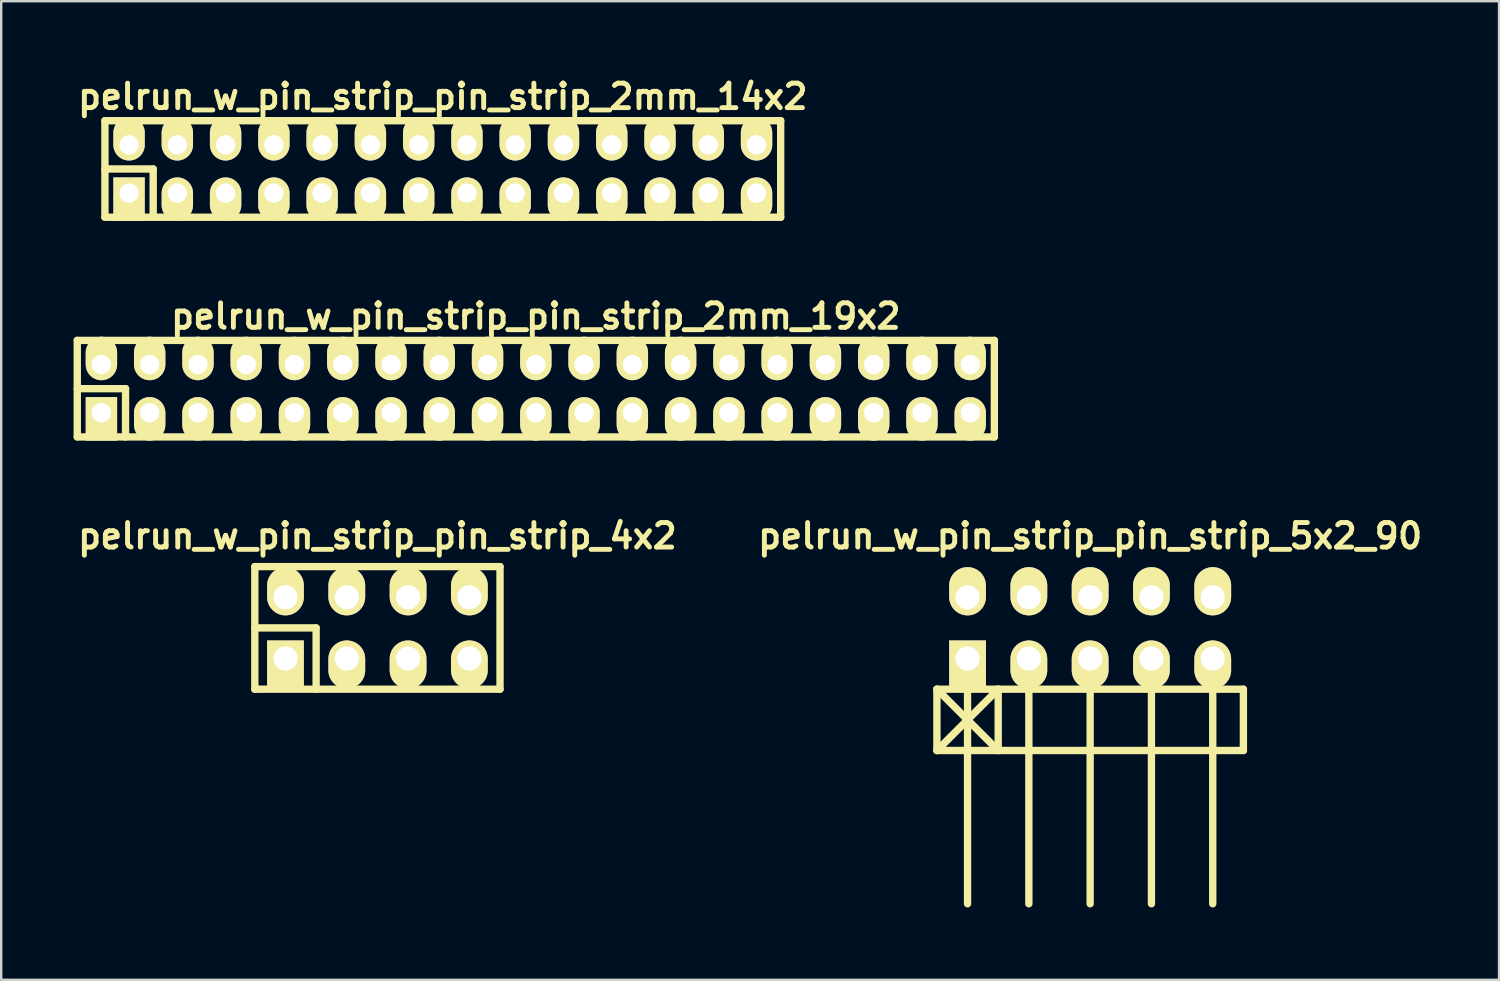
<source format=kicad_pcb>
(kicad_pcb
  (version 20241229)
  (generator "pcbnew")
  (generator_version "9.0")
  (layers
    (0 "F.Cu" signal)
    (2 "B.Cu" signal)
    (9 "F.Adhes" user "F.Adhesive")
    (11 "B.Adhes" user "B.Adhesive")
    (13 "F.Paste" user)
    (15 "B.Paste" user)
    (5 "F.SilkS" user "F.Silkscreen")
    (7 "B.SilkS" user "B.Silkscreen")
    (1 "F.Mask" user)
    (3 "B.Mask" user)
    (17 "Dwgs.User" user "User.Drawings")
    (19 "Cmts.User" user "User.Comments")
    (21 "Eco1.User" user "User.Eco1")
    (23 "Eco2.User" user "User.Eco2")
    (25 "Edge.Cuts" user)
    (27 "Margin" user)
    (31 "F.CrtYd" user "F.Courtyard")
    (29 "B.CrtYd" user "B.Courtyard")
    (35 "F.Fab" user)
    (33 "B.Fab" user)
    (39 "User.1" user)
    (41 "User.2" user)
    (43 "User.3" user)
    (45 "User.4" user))
  (footprint "pelrun_w_pin_strip_pin_strip_2mm_19x2"
    (layer "F.Cu")
    (at 19.152 13.054)
    (property "Reference" "pelrun_w_pin_strip_pin_strip_2mm_19x2" (at 0 -3 0) (layer "F.SilkS") (effects (font (size 1.016 1.016) (thickness 0.203))))
    (attr through_hole)
    (fp_line (start -19 -2) (end 19 -2) (stroke (width 0.305) (type solid)) (layer "F.SilkS"))
    (fp_line (start -19 0) (end -17 0) (stroke (width 0.305) (type solid)) (layer "F.SilkS"))
    (fp_line (start -19 2) (end -19 -2) (stroke (width 0.305) (type solid)) (layer "F.SilkS"))
    (fp_line (start -17 0) (end -17 2) (stroke (width 0.305) (type solid)) (layer "F.SilkS"))
    (fp_line (start 19 -2) (end 19 2) (stroke (width 0.305) (type solid)) (layer "F.SilkS"))
    (fp_line (start 19 2) (end -19 2) (stroke (width 0.305) (type solid)) (layer "F.SilkS"))
    (pad "1" thru_hole rect (at -18 1) (size 1.3 1.8) (drill 0.8 (offset 0 0.25)) (layers "*.Cu" "*.Mask" "F.SilkS"))
    (pad "2" thru_hole oval (at -18 -1) (size 1.3 1.8) (drill 0.8 (offset 0 -0.25)) (layers "*.Cu" "*.Mask" "F.SilkS"))
    (pad "3" thru_hole oval (at -16 1) (size 1.3 1.8) (drill 0.8 (offset 0 0.25)) (layers "*.Cu" "*.Mask" "F.SilkS"))
    (pad "4" thru_hole oval (at -16 -1) (size 1.3 1.8) (drill 0.8 (offset 0 -0.25)) (layers "*.Cu" "*.Mask" "F.SilkS"))
    (pad "5" thru_hole oval (at -14 1) (size 1.3 1.8) (drill 0.8 (offset 0 0.25)) (layers "*.Cu" "*.Mask" "F.SilkS"))
    (pad "6" thru_hole oval (at -14 -1) (size 1.3 1.8) (drill 0.8 (offset 0 -0.25)) (layers "*.Cu" "*.Mask" "F.SilkS"))
    (pad "7" thru_hole oval (at -12 1) (size 1.3 1.8) (drill 0.8 (offset 0 0.25)) (layers "*.Cu" "*.Mask" "F.SilkS"))
    (pad "8" thru_hole oval (at -12 -1) (size 1.3 1.8) (drill 0.8 (offset 0 -0.25)) (layers "*.Cu" "*.Mask" "F.SilkS"))
    (pad "9" thru_hole oval (at -10 1) (size 1.3 1.8) (drill 0.8 (offset 0 0.25)) (layers "*.Cu" "*.Mask" "F.SilkS"))
    (pad "10" thru_hole oval (at -10 -1) (size 1.3 1.8) (drill 0.8 (offset 0 -0.25)) (layers "*.Cu" "*.Mask" "F.SilkS"))
    (pad "11" thru_hole oval (at -8 1) (size 1.3 1.8) (drill 0.8 (offset 0 0.25)) (layers "*.Cu" "*.Mask" "F.SilkS"))
    (pad "12" thru_hole oval (at -8 -1) (size 1.3 1.8) (drill 0.8 (offset 0 -0.25)) (layers "*.Cu" "*.Mask" "F.SilkS"))
    (pad "13" thru_hole oval (at -6 1) (size 1.3 1.8) (drill 0.8 (offset 0 0.25)) (layers "*.Cu" "*.Mask" "F.SilkS"))
    (pad "14" thru_hole oval (at -6 -1) (size 1.3 1.8) (drill 0.8 (offset 0 -0.25)) (layers "*.Cu" "*.Mask" "F.SilkS"))
    (pad "15" thru_hole oval (at -4 1) (size 1.3 1.8) (drill 0.8 (offset 0 0.25)) (layers "*.Cu" "*.Mask" "F.SilkS"))
    (pad "16" thru_hole oval (at -4 -1) (size 1.3 1.8) (drill 0.8 (offset 0 -0.25)) (layers "*.Cu" "*.Mask" "F.SilkS"))
    (pad "17" thru_hole oval (at -2 1) (size 1.3 1.8) (drill 0.8 (offset 0 0.25)) (layers "*.Cu" "*.Mask" "F.SilkS"))
    (pad "18" thru_hole oval (at -2 -1) (size 1.3 1.8) (drill 0.8 (offset 0 -0.25)) (layers "*.Cu" "*.Mask" "F.SilkS"))
    (pad "19" thru_hole oval (at 0 1) (size 1.3 1.8) (drill 0.8 (offset 0 0.25)) (layers "*.Cu" "*.Mask" "F.SilkS"))
    (pad "20" thru_hole oval (at 0 -1) (size 1.3 1.8) (drill 0.8 (offset 0 -0.25)) (layers "*.Cu" "*.Mask" "F.SilkS"))
    (pad "21" thru_hole oval (at 2 1) (size 1.3 1.8) (drill 0.8 (offset 0 0.25)) (layers "*.Cu" "*.Mask" "F.SilkS"))
    (pad "22" thru_hole oval (at 2 -1) (size 1.3 1.8) (drill 0.8 (offset 0 -0.25)) (layers "*.Cu" "*.Mask" "F.SilkS"))
    (pad "23" thru_hole oval (at 4 1) (size 1.3 1.8) (drill 0.8 (offset 0 0.25)) (layers "*.Cu" "*.Mask" "F.SilkS"))
    (pad "24" thru_hole oval (at 4 -1) (size 1.3 1.8) (drill 0.8 (offset 0 -0.25)) (layers "*.Cu" "*.Mask" "F.SilkS"))
    (pad "25" thru_hole oval (at 6 1) (size 1.3 1.8) (drill 0.8 (offset 0 0.25)) (layers "*.Cu" "*.Mask" "F.SilkS"))
    (pad "26" thru_hole oval (at 6 -1) (size 1.3 1.8) (drill 0.8 (offset 0 -0.25)) (layers "*.Cu" "*.Mask" "F.SilkS"))
    (pad "27" thru_hole oval (at 8 1) (size 1.3 1.8) (drill 0.8 (offset 0 0.25)) (layers "*.Cu" "*.Mask" "F.SilkS"))
    (pad "28" thru_hole oval (at 8 -1) (size 1.3 1.8) (drill 0.8 (offset 0 -0.25)) (layers "*.Cu" "*.Mask" "F.SilkS"))
    (pad "29" thru_hole oval (at 10 1) (size 1.3 1.8) (drill 0.8 (offset 0 0.25)) (layers "*.Cu" "*.Mask" "F.SilkS"))
    (pad "30" thru_hole oval (at 10 -1) (size 1.3 1.8) (drill 0.8 (offset 0 -0.25)) (layers "*.Cu" "*.Mask" "F.SilkS"))
    (pad "31" thru_hole oval (at 12 1) (size 1.3 1.8) (drill 0.8 (offset 0 0.25)) (layers "*.Cu" "*.Mask" "F.SilkS"))
    (pad "32" thru_hole oval (at 12 -1) (size 1.3 1.8) (drill 0.8 (offset 0 -0.25)) (layers "*.Cu" "*.Mask" "F.SilkS"))
    (pad "33" thru_hole oval (at 14 1) (size 1.3 1.8) (drill 0.8 (offset 0 0.25)) (layers "*.Cu" "*.Mask" "F.SilkS"))
    (pad "34" thru_hole oval (at 14 -1) (size 1.3 1.8) (drill 0.8 (offset 0 -0.25)) (layers "*.Cu" "*.Mask" "F.SilkS"))
    (pad "35" thru_hole oval (at 16 1) (size 1.3 1.8) (drill 0.8 (offset 0 0.25)) (layers "*.Cu" "*.Mask" "F.SilkS"))
    (pad "36" thru_hole oval (at 16 -1) (size 1.3 1.8) (drill 0.8 (offset 0 -0.25)) (layers "*.Cu" "*.Mask" "F.SilkS"))
    (pad "37" thru_hole oval (at 18 1) (size 1.3 1.8) (drill 0.8 (offset 0 0.25)) (layers "*.Cu" "*.Mask" "F.SilkS"))
    (pad "38" thru_hole oval (at 18 -1) (size 1.3 1.8) (drill 0.8 (offset 0 -0.25)) (layers "*.Cu" "*.Mask" "F.SilkS")))
  (footprint "pelrun_w_pin_strip_pin_strip_5x2_90"
    (layer "F.Cu")
    (at 42.121 22.968)
    (property "Reference" "pelrun_w_pin_strip_pin_strip_5x2_90" (at 0 -3.81 0) (layer "F.SilkS") (effects (font (size 1.016 1.016) (thickness 0.203))))
    (attr through_hole)
    (fp_line (start -6.35 2.54) (end -3.81 5.08) (stroke (width 0.305) (type solid)) (layer "F.SilkS"))
    (fp_line (start -6.35 2.54) (end 6.35 2.54) (stroke (width 0.305) (type solid)) (layer "F.SilkS"))
    (fp_line (start -6.35 5.08) (end -6.35 2.54) (stroke (width 0.305) (type solid)) (layer "F.SilkS"))
    (fp_line (start -5.08 1.27) (end -5.08 11.43) (stroke (width 0.305) (type solid)) (layer "F.SilkS"))
    (fp_line (start -3.81 2.54) (end -6.35 5.08) (stroke (width 0.305) (type solid)) (layer "F.SilkS"))
    (fp_line (start -3.81 5.08) (end -3.81 2.54) (stroke (width 0.305) (type solid)) (layer "F.SilkS"))
    (fp_line (start -2.54 1.27) (end -2.54 11.43) (stroke (width 0.305) (type solid)) (layer "F.SilkS"))
    (fp_line (start 0 11.43) (end 0 1.27) (stroke (width 0.305) (type solid)) (layer "F.SilkS"))
    (fp_line (start 2.54 1.27) (end 2.54 11.43) (stroke (width 0.305) (type solid)) (layer "F.SilkS"))
    (fp_line (start 5.08 1.27) (end 5.08 11.43) (stroke (width 0.305) (type solid)) (layer "F.SilkS"))
    (fp_line (start 6.35 2.54) (end 6.35 5.08) (stroke (width 0.305) (type solid)) (layer "F.SilkS"))
    (fp_line (start 6.35 5.08) (end -6.35 5.08) (stroke (width 0.305) (type solid)) (layer "F.SilkS"))
    (pad "1" thru_hole rect (at -5.08 1.27) (size 1.524 1.999) (drill 1.001 (offset 0 0.249)) (layers "*.Cu" "*.Mask" "F.SilkS"))
    (pad "2" thru_hole oval (at -5.08 -1.27) (size 1.524 1.999) (drill 1.001 (offset 0 -0.249)) (layers "*.Cu" "*.Mask" "F.SilkS"))
    (pad "3" thru_hole oval (at -2.54 1.27) (size 1.524 1.999) (drill 1.001 (offset 0 0.249)) (layers "*.Cu" "*.Mask" "F.SilkS"))
    (pad "4" thru_hole oval (at -2.54 -1.27) (size 1.524 1.999) (drill 1.001 (offset 0 -0.249)) (layers "*.Cu" "*.Mask" "F.SilkS"))
    (pad "5" thru_hole oval (at 0 1.27) (size 1.524 1.999) (drill 1.001 (offset 0 0.249)) (layers "*.Cu" "*.Mask" "F.SilkS"))
    (pad "6" thru_hole oval (at 0 -1.27) (size 1.524 1.999) (drill 1.001 (offset 0 -0.249)) (layers "*.Cu" "*.Mask" "F.SilkS"))
    (pad "7" thru_hole oval (at 2.54 1.27) (size 1.524 1.999) (drill 1.001 (offset 0 0.249)) (layers "*.Cu" "*.Mask" "F.SilkS"))
    (pad "8" thru_hole oval (at 2.54 -1.27) (size 1.524 1.999) (drill 1.001 (offset 0 -0.249)) (layers "*.Cu" "*.Mask" "F.SilkS"))
    (pad "9" thru_hole oval (at 5.08 1.27) (size 1.524 1.999) (drill 1.001 (offset 0 0.249)) (layers "*.Cu" "*.Mask" "F.SilkS"))
    (pad "10" thru_hole oval (at 5.08 -1.27) (size 1.524 1.999) (drill 1.001 (offset 0 -0.249)) (layers "*.Cu" "*.Mask" "F.SilkS")))
  (footprint "pelrun_w_pin_strip_pin_strip_2mm_14x2"
    (layer "F.Cu")
    (at 15.298 3.951)
    (property "Reference" "pelrun_w_pin_strip_pin_strip_2mm_14x2" (at 0 -3 0) (layer "F.SilkS") (effects (font (size 1.016 1.016) (thickness 0.203))))
    (attr through_hole)
    (fp_line (start -14 -2) (end 14 -2) (stroke (width 0.305) (type solid)) (layer "F.SilkS"))
    (fp_line (start -14 0) (end -12 0) (stroke (width 0.305) (type solid)) (layer "F.SilkS"))
    (fp_line (start -14 2) (end -14 -2) (stroke (width 0.305) (type solid)) (layer "F.SilkS"))
    (fp_line (start -12 0) (end -12 2) (stroke (width 0.305) (type solid)) (layer "F.SilkS"))
    (fp_line (start 14 -2) (end 14 2) (stroke (width 0.305) (type solid)) (layer "F.SilkS"))
    (fp_line (start 14 2) (end -14 2) (stroke (width 0.305) (type solid)) (layer "F.SilkS"))
    (pad "1" thru_hole rect (at -13 1) (size 1.3 1.8) (drill 0.8 (offset 0 0.25)) (layers "*.Cu" "*.Mask" "F.SilkS"))
    (pad "2" thru_hole oval (at -13 -1) (size 1.3 1.8) (drill 0.8 (offset 0 -0.25)) (layers "*.Cu" "*.Mask" "F.SilkS"))
    (pad "3" thru_hole oval (at -11 1) (size 1.3 1.8) (drill 0.8 (offset 0 0.25)) (layers "*.Cu" "*.Mask" "F.SilkS"))
    (pad "4" thru_hole oval (at -11 -1) (size 1.3 1.8) (drill 0.8 (offset 0 -0.25)) (layers "*.Cu" "*.Mask" "F.SilkS"))
    (pad "5" thru_hole oval (at -9 1) (size 1.3 1.8) (drill 0.8 (offset 0 0.25)) (layers "*.Cu" "*.Mask" "F.SilkS"))
    (pad "6" thru_hole oval (at -9 -1) (size 1.3 1.8) (drill 0.8 (offset 0 -0.25)) (layers "*.Cu" "*.Mask" "F.SilkS"))
    (pad "7" thru_hole oval (at -7 1) (size 1.3 1.8) (drill 0.8 (offset 0 0.25)) (layers "*.Cu" "*.Mask" "F.SilkS"))
    (pad "8" thru_hole oval (at -7 -1) (size 1.3 1.8) (drill 0.8 (offset 0 -0.25)) (layers "*.Cu" "*.Mask" "F.SilkS"))
    (pad "9" thru_hole oval (at -5 1) (size 1.3 1.8) (drill 0.8 (offset 0 0.25)) (layers "*.Cu" "*.Mask" "F.SilkS"))
    (pad "10" thru_hole oval (at -5 -1) (size 1.3 1.8) (drill 0.8 (offset 0 -0.25)) (layers "*.Cu" "*.Mask" "F.SilkS"))
    (pad "11" thru_hole oval (at -3 1) (size 1.3 1.8) (drill 0.8 (offset 0 0.25)) (layers "*.Cu" "*.Mask" "F.SilkS"))
    (pad "12" thru_hole oval (at -3 -1) (size 1.3 1.8) (drill 0.8 (offset 0 -0.25)) (layers "*.Cu" "*.Mask" "F.SilkS"))
    (pad "13" thru_hole oval (at -1 1) (size 1.3 1.8) (drill 0.8 (offset 0 0.25)) (layers "*.Cu" "*.Mask" "F.SilkS"))
    (pad "14" thru_hole oval (at -1 -1) (size 1.3 1.8) (drill 0.8 (offset 0 -0.25)) (layers "*.Cu" "*.Mask" "F.SilkS"))
    (pad "15" thru_hole oval (at 1 1) (size 1.3 1.8) (drill 0.8 (offset 0 0.25)) (layers "*.Cu" "*.Mask" "F.SilkS"))
    (pad "16" thru_hole oval (at 1 -1) (size 1.3 1.8) (drill 0.8 (offset 0 -0.25)) (layers "*.Cu" "*.Mask" "F.SilkS"))
    (pad "17" thru_hole oval (at 3 1) (size 1.3 1.8) (drill 0.8 (offset 0 0.25)) (layers "*.Cu" "*.Mask" "F.SilkS"))
    (pad "18" thru_hole oval (at 3 -1) (size 1.3 1.8) (drill 0.8 (offset 0 -0.25)) (layers "*.Cu" "*.Mask" "F.SilkS"))
    (pad "19" thru_hole oval (at 5 1) (size 1.3 1.8) (drill 0.8 (offset 0 0.25)) (layers "*.Cu" "*.Mask" "F.SilkS"))
    (pad "20" thru_hole oval (at 5 -1) (size 1.3 1.8) (drill 0.8 (offset 0 -0.25)) (layers "*.Cu" "*.Mask" "F.SilkS"))
    (pad "21" thru_hole oval (at 7 1) (size 1.3 1.8) (drill 0.8 (offset 0 0.25)) (layers "*.Cu" "*.Mask" "F.SilkS"))
    (pad "22" thru_hole oval (at 7 -1) (size 1.3 1.8) (drill 0.8 (offset 0 -0.25)) (layers "*.Cu" "*.Mask" "F.SilkS"))
    (pad "23" thru_hole oval (at 9 1) (size 1.3 1.8) (drill 0.8 (offset 0 0.25)) (layers "*.Cu" "*.Mask" "F.SilkS"))
    (pad "24" thru_hole oval (at 9 -1) (size 1.3 1.8) (drill 0.8 (offset 0 -0.25)) (layers "*.Cu" "*.Mask" "F.SilkS"))
    (pad "25" thru_hole oval (at 11 1) (size 1.3 1.8) (drill 0.8 (offset 0 0.25)) (layers "*.Cu" "*.Mask" "F.SilkS"))
    (pad "26" thru_hole oval (at 11 -1) (size 1.3 1.8) (drill 0.8 (offset 0 -0.25)) (layers "*.Cu" "*.Mask" "F.SilkS"))
    (pad "27" thru_hole oval (at 13 1) (size 1.3 1.8) (drill 0.8 (offset 0 0.25)) (layers "*.Cu" "*.Mask" "F.SilkS"))
    (pad "28" thru_hole oval (at 13 -1) (size 1.3 1.8) (drill 0.8 (offset 0 -0.25)) (layers "*.Cu" "*.Mask" "F.SilkS")))
  (footprint "pelrun_w_pin_strip_pin_strip_4x2"
    (layer "F.Cu")
    (at 12.589 22.968)
    (property "Reference" "pelrun_w_pin_strip_pin_strip_4x2" (at 0 -3.81 0) (layer "F.SilkS") (effects (font (size 1.016 1.016) (thickness 0.203))))
    (attr through_hole)
    (fp_line (start -5.08 -2.54) (end -5.08 2.54) (stroke (width 0.305) (type solid)) (layer "F.SilkS"))
    (fp_line (start -5.08 -2.54) (end 5.08 -2.54) (stroke (width 0.305) (type solid)) (layer "F.SilkS"))
    (fp_line (start -5.08 0) (end -2.54 0) (stroke (width 0.305) (type solid)) (layer "F.SilkS"))
    (fp_line (start -2.54 0) (end -2.54 2.54) (stroke (width 0.305) (type solid)) (layer "F.SilkS"))
    (fp_line (start 5.08 -2.54) (end 5.08 2.54) (stroke (width 0.305) (type solid)) (layer "F.SilkS"))
    (fp_line (start 5.08 2.54) (end -5.08 2.54) (stroke (width 0.305) (type solid)) (layer "F.SilkS"))
    (pad "1" thru_hole rect (at -3.81 1.27) (size 1.524 1.999) (drill 1.001 (offset 0 0.249)) (layers "*.Cu" "*.Mask" "F.SilkS"))
    (pad "2" thru_hole oval (at -3.81 -1.27) (size 1.524 1.999) (drill 1.001 (offset 0 -0.249)) (layers "*.Cu" "*.Mask" "F.SilkS"))
    (pad "3" thru_hole oval (at -1.27 1.27) (size 1.524 1.999) (drill 1.001 (offset 0 0.249)) (layers "*.Cu" "*.Mask" "F.SilkS"))
    (pad "4" thru_hole oval (at -1.27 -1.27) (size 1.524 1.999) (drill 1.001 (offset 0 -0.249)) (layers "*.Cu" "*.Mask" "F.SilkS"))
    (pad "5" thru_hole oval (at 1.27 1.27) (size 1.524 1.999) (drill 1.001 (offset 0 0.249)) (layers "*.Cu" "*.Mask" "F.SilkS"))
    (pad "6" thru_hole oval (at 1.27 -1.27) (size 1.524 1.999) (drill 1.001 (offset 0 -0.249)) (layers "*.Cu" "*.Mask" "F.SilkS"))
    (pad "7" thru_hole oval (at 3.81 1.27) (size 1.524 1.999) (drill 1.001 (offset 0 0.249)) (layers "*.Cu" "*.Mask" "F.SilkS"))
    (pad "8" thru_hole oval (at 3.81 -1.27) (size 1.524 1.999) (drill 1.001 (offset 0 -0.249)) (layers "*.Cu" "*.Mask" "F.SilkS")))
  (gr_rect
    (start -3 -3)
    (end 59.064 37.55)
    (stroke (width 0.1) (type default))
    (fill no)
    (layer "Edge.Cuts")))
</source>
